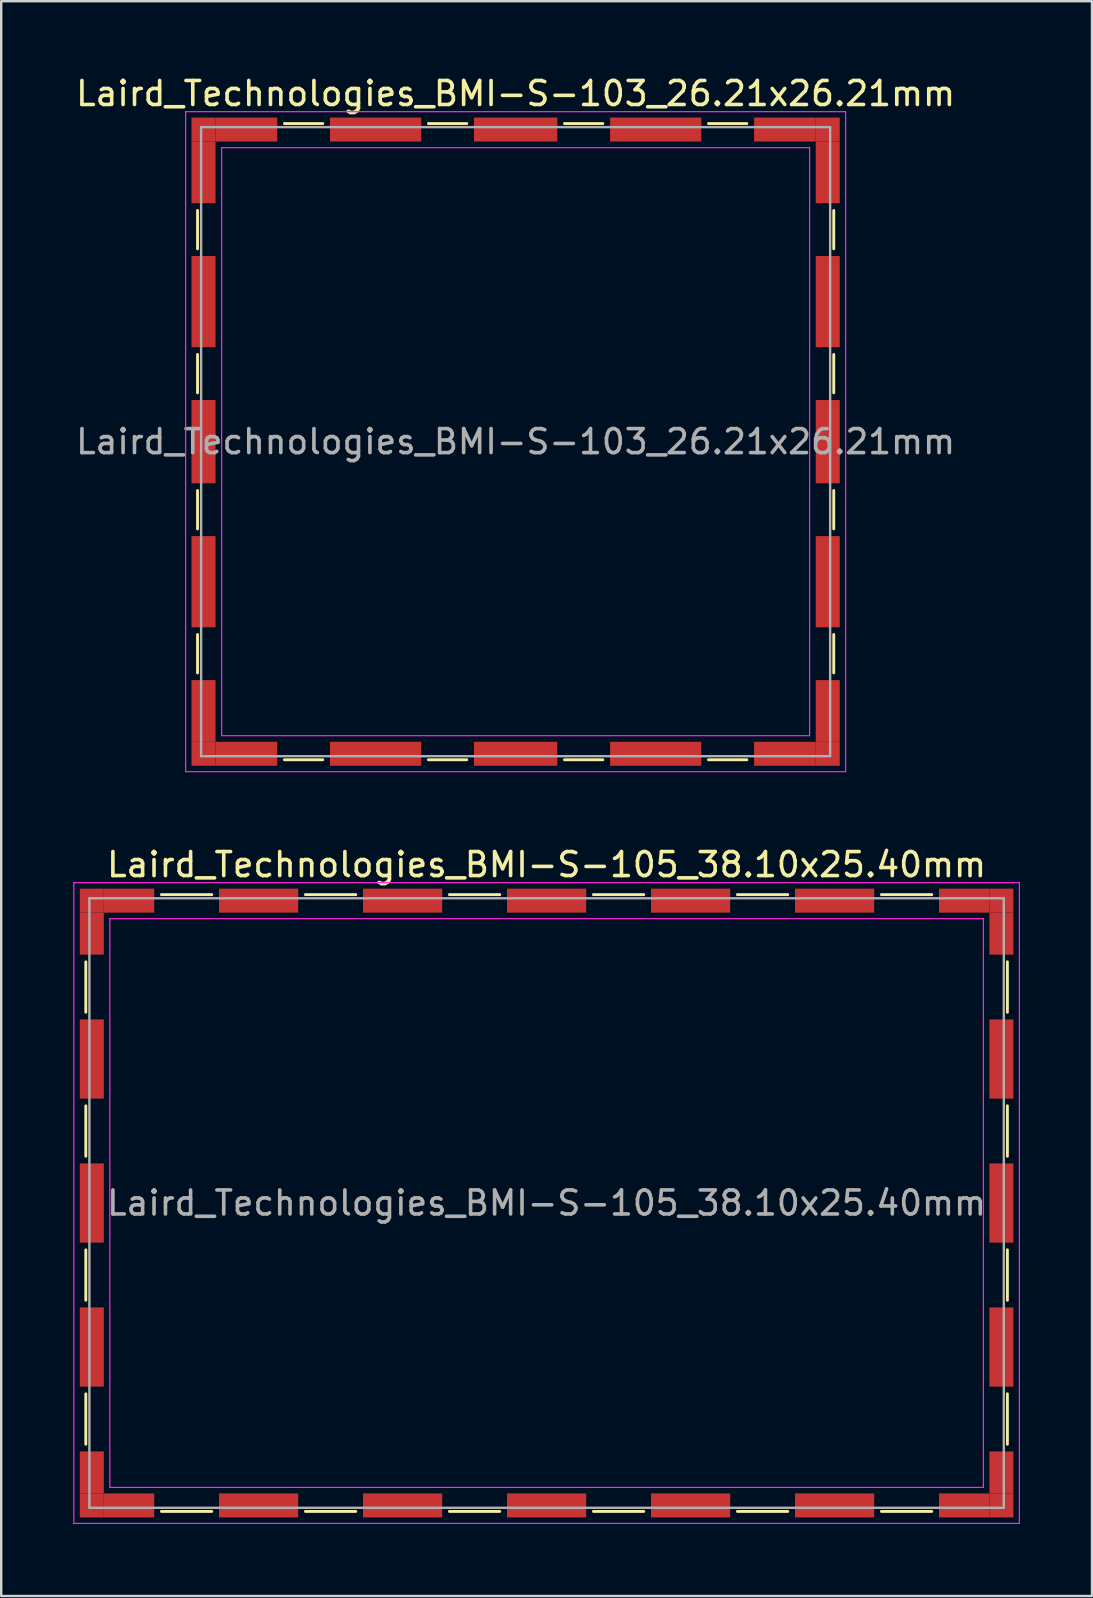
<source format=kicad_pcb>
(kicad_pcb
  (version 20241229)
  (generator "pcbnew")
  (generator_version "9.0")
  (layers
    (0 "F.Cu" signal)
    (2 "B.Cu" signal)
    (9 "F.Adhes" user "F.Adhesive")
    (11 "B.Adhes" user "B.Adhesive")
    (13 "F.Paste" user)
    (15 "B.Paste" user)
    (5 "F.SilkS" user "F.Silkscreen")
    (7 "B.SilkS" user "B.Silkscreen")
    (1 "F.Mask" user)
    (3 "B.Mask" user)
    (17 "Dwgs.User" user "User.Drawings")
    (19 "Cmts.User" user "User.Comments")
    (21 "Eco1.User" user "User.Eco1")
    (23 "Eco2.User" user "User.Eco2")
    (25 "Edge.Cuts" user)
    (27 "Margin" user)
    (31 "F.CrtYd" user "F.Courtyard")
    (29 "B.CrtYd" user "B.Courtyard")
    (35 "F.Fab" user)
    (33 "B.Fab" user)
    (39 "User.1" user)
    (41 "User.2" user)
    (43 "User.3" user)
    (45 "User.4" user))
  (footprint "Laird_Technologies_BMI-S-103_26.21x26.21mm"
    (layer "F.Cu")
    (at 18.435 15.353)
    (property "Reference" "Laird_Technologies_BMI-S-103_26.21x26.21mm" (at 0 -14.505 0) (layer "F.SilkS") (effects (font (size 1 1) (thickness 0.15))))
    (attr smd)
    (fp_line (start -13.255 -9.635) (end -13.255 -8.035) (stroke (width 0.12) (type solid)) (layer "F.SilkS"))
    (fp_line (start -13.255 -3.635) (end -13.255 -2.035) (stroke (width 0.12) (type solid)) (layer "F.SilkS"))
    (fp_line (start -13.255 2.035) (end -13.255 3.635) (stroke (width 0.12) (type solid)) (layer "F.SilkS"))
    (fp_line (start -13.255 8.035) (end -13.255 9.635) (stroke (width 0.12) (type solid)) (layer "F.SilkS"))
    (fp_line (start -9.635 -13.255) (end -8.035 -13.255) (stroke (width 0.12) (type solid)) (layer "F.SilkS"))
    (fp_line (start -9.635 13.255) (end -8.035 13.255) (stroke (width 0.12) (type solid)) (layer "F.SilkS"))
    (fp_line (start -3.635 -13.255) (end -2.035 -13.255) (stroke (width 0.12) (type solid)) (layer "F.SilkS"))
    (fp_line (start -3.635 13.255) (end -2.035 13.255) (stroke (width 0.12) (type solid)) (layer "F.SilkS"))
    (fp_line (start 2.035 -13.255) (end 3.635 -13.255) (stroke (width 0.12) (type solid)) (layer "F.SilkS"))
    (fp_line (start 2.035 13.255) (end 3.635 13.255) (stroke (width 0.12) (type solid)) (layer "F.SilkS"))
    (fp_line (start 8.035 -13.255) (end 9.635 -13.255) (stroke (width 0.12) (type solid)) (layer "F.SilkS"))
    (fp_line (start 8.035 13.255) (end 9.635 13.255) (stroke (width 0.12) (type solid)) (layer "F.SilkS"))
    (fp_line (start 13.255 -9.635) (end 13.255 -8.035) (stroke (width 0.12) (type solid)) (layer "F.SilkS"))
    (fp_line (start 13.255 -3.635) (end 13.255 -2.035) (stroke (width 0.12) (type solid)) (layer "F.SilkS"))
    (fp_line (start 13.255 2.035) (end 13.255 3.635) (stroke (width 0.12) (type solid)) (layer "F.SilkS"))
    (fp_line (start 13.255 8.035) (end 13.255 9.635) (stroke (width 0.12) (type solid)) (layer "F.SilkS"))
    (fp_line (start -13.75 -13.75) (end -13.75 13.75) (stroke (width 0.05) (type solid)) (layer "F.CrtYd"))
    (fp_line (start -13.75 13.75) (end 13.75 13.75) (stroke (width 0.05) (type solid)) (layer "F.CrtYd"))
    (fp_line (start -12.25 -12.25) (end -12.25 12.25) (stroke (width 0.05) (type solid)) (layer "F.CrtYd"))
    (fp_line (start 12.25 -12.25) (end -12.25 -12.25) (stroke (width 0.05) (type solid)) (layer "F.CrtYd"))
    (fp_line (start 12.25 -12.25) (end 12.25 12.25) (stroke (width 0.05) (type solid)) (layer "F.CrtYd"))
    (fp_line (start 12.25 12.25) (end -12.25 12.25) (stroke (width 0.05) (type solid)) (layer "F.CrtYd"))
    (fp_line (start 13.75 -13.75) (end -13.75 -13.75) (stroke (width 0.05) (type solid)) (layer "F.CrtYd"))
    (fp_line (start 13.75 13.75) (end 13.75 -13.75) (stroke (width 0.05) (type solid)) (layer "F.CrtYd"))
    (fp_line (start -13.105 -13.105) (end -13.105 13.105) (stroke (width 0.1) (type solid)) (layer "F.Fab"))
    (fp_line (start -13.105 13.105) (end 13.105 13.105) (stroke (width 0.1) (type solid)) (layer "F.Fab"))
    (fp_line (start 13.105 -13.105) (end -13.105 -13.105) (stroke (width 0.1) (type solid)) (layer "F.Fab"))
    (fp_line (start 13.105 13.105) (end 13.105 -13.105) (stroke (width 0.1) (type solid)) (layer "F.Fab"))
    (fp_text user "${REFERENCE}" (at 0 0 0) (layer "F.Fab") (effects (font (size 1 1) (thickness 0.15))))
    (pad "1" smd rect (at -13.005 -13.005) (size 1 1) (layers "F.Cu" "F.Mask" "F.Paste"))
    (pad "1" smd rect (at -13.005 -11.22) (size 1 2.57) (layers "F.Cu" "F.Mask" "F.Paste"))
    (pad "1" smd rect (at -13.005 -5.835) (size 1 3.8) (layers "F.Cu" "F.Mask" "F.Paste"))
    (pad "1" smd rect (at -13.005 0) (size 1 3.47) (layers "F.Cu" "F.Mask" "F.Paste"))
    (pad "1" smd rect (at -13.005 5.835) (size 1 3.8) (layers "F.Cu" "F.Mask" "F.Paste"))
    (pad "1" smd rect (at -13.005 11.22) (size 1 2.57) (layers "F.Cu" "F.Mask" "F.Paste"))
    (pad "1" smd rect (at -13.005 13.005) (size 1 1) (layers "F.Cu" "F.Mask" "F.Paste"))
    (pad "1" smd rect (at -11.22 -13.005) (size 2.57 1) (layers "F.Cu" "F.Mask" "F.Paste"))
    (pad "1" smd rect (at -11.22 13.005) (size 2.57 1) (layers "F.Cu" "F.Mask" "F.Paste"))
    (pad "1" smd rect (at -5.835 -13.005) (size 3.8 1) (layers "F.Cu" "F.Mask" "F.Paste"))
    (pad "1" smd rect (at -5.835 13.005) (size 3.8 1) (layers "F.Cu" "F.Mask" "F.Paste"))
    (pad "1" smd rect (at 0 -13.005) (size 3.47 1) (layers "F.Cu" "F.Mask" "F.Paste"))
    (pad "1" smd rect (at 0 13.005) (size 3.47 1) (layers "F.Cu" "F.Mask" "F.Paste"))
    (pad "1" smd rect (at 5.835 -13.005) (size 3.8 1) (layers "F.Cu" "F.Mask" "F.Paste"))
    (pad "1" smd rect (at 5.835 13.005) (size 3.8 1) (layers "F.Cu" "F.Mask" "F.Paste"))
    (pad "1" smd rect (at 11.22 -13.005) (size 2.57 1) (layers "F.Cu" "F.Mask" "F.Paste"))
    (pad "1" smd rect (at 11.22 13.005) (size 2.57 1) (layers "F.Cu" "F.Mask" "F.Paste"))
    (pad "1" smd rect (at 13.005 -13.005) (size 1 1) (layers "F.Cu" "F.Mask" "F.Paste"))
    (pad "1" smd rect (at 13.005 -11.22) (size 1 2.57) (layers "F.Cu" "F.Mask" "F.Paste"))
    (pad "1" smd rect (at 13.005 -5.835) (size 1 3.8) (layers "F.Cu" "F.Mask" "F.Paste"))
    (pad "1" smd rect (at 13.005 0) (size 1 3.47) (layers "F.Cu" "F.Mask" "F.Paste"))
    (pad "1" smd rect (at 13.005 5.835) (size 1 3.8) (layers "F.Cu" "F.Mask" "F.Paste"))
    (pad "1" smd rect (at 13.005 11.22) (size 1 2.57) (layers "F.Cu" "F.Mask" "F.Paste"))
    (pad "1" smd rect (at 13.005 13.005) (size 1 1) (layers "F.Cu" "F.Mask" "F.Paste")))
  (footprint "Laird_Technologies_BMI-S-105_38.10x25.40mm"
    (layer "F.Cu")
    (at 19.725 47.077)
    (property "Reference" "Laird_Technologies_BMI-S-105_38.10x25.40mm" (at 0 -14.1 0) (layer "F.SilkS") (effects (font (size 1 1) (thickness 0.15))))
    (attr smd)
    (fp_line (start -19.2 -10.05) (end -19.2 -7.95) (stroke (width 0.12) (type solid)) (layer "F.SilkS"))
    (fp_line (start -19.2 -4.05) (end -19.2 -1.95) (stroke (width 0.12) (type solid)) (layer "F.SilkS"))
    (fp_line (start -19.2 1.95) (end -19.2 4.05) (stroke (width 0.12) (type solid)) (layer "F.SilkS"))
    (fp_line (start -19.2 7.95) (end -19.2 10.05) (stroke (width 0.12) (type solid)) (layer "F.SilkS"))
    (fp_line (start -16.05 -12.85) (end -13.95 -12.85) (stroke (width 0.12) (type solid)) (layer "F.SilkS"))
    (fp_line (start -16.05 12.85) (end -13.95 12.85) (stroke (width 0.12) (type solid)) (layer "F.SilkS"))
    (fp_line (start -10.05 -12.85) (end -7.95 -12.85) (stroke (width 0.12) (type solid)) (layer "F.SilkS"))
    (fp_line (start -10.05 12.85) (end -7.95 12.85) (stroke (width 0.12) (type solid)) (layer "F.SilkS"))
    (fp_line (start -4.05 -12.85) (end -1.95 -12.85) (stroke (width 0.12) (type solid)) (layer "F.SilkS"))
    (fp_line (start -4.05 12.85) (end -1.95 12.85) (stroke (width 0.12) (type solid)) (layer "F.SilkS"))
    (fp_line (start 1.95 -12.85) (end 4.05 -12.85) (stroke (width 0.12) (type solid)) (layer "F.SilkS"))
    (fp_line (start 1.95 12.85) (end 4.05 12.85) (stroke (width 0.12) (type solid)) (layer "F.SilkS"))
    (fp_line (start 7.95 -12.85) (end 10.05 -12.85) (stroke (width 0.12) (type solid)) (layer "F.SilkS"))
    (fp_line (start 7.95 12.85) (end 10.05 12.85) (stroke (width 0.12) (type solid)) (layer "F.SilkS"))
    (fp_line (start 13.95 -12.85) (end 16.05 -12.85) (stroke (width 0.12) (type solid)) (layer "F.SilkS"))
    (fp_line (start 13.95 12.85) (end 16.05 12.85) (stroke (width 0.12) (type solid)) (layer "F.SilkS"))
    (fp_line (start 19.2 -10.05) (end 19.2 -7.95) (stroke (width 0.12) (type solid)) (layer "F.SilkS"))
    (fp_line (start 19.2 -4.05) (end 19.2 -1.95) (stroke (width 0.12) (type solid)) (layer "F.SilkS"))
    (fp_line (start 19.2 1.95) (end 19.2 4.05) (stroke (width 0.12) (type solid)) (layer "F.SilkS"))
    (fp_line (start 19.2 7.95) (end 19.2 10.05) (stroke (width 0.12) (type solid)) (layer "F.SilkS"))
    (fp_line (start -19.7 -13.35) (end -19.7 13.35) (stroke (width 0.05) (type solid)) (layer "F.CrtYd"))
    (fp_line (start -19.7 13.35) (end 19.7 13.35) (stroke (width 0.05) (type solid)) (layer "F.CrtYd"))
    (fp_line (start -18.2 -11.85) (end -18.2 11.85) (stroke (width 0.05) (type solid)) (layer "F.CrtYd"))
    (fp_line (start 18.2 -11.85) (end -18.2 -11.85) (stroke (width 0.05) (type solid)) (layer "F.CrtYd"))
    (fp_line (start 18.2 -11.85) (end 18.2 11.85) (stroke (width 0.05) (type solid)) (layer "F.CrtYd"))
    (fp_line (start 18.2 11.85) (end -18.2 11.85) (stroke (width 0.05) (type solid)) (layer "F.CrtYd"))
    (fp_line (start 19.7 -13.35) (end -19.7 -13.35) (stroke (width 0.05) (type solid)) (layer "F.CrtYd"))
    (fp_line (start 19.7 13.35) (end 19.7 -13.35) (stroke (width 0.05) (type solid)) (layer "F.CrtYd"))
    (fp_line (start -19.05 -12.7) (end -19.05 12.7) (stroke (width 0.1) (type solid)) (layer "F.Fab"))
    (fp_line (start -19.05 12.7) (end 19.05 12.7) (stroke (width 0.1) (type solid)) (layer "F.Fab"))
    (fp_line (start 19.05 -12.7) (end -19.05 -12.7) (stroke (width 0.1) (type solid)) (layer "F.Fab"))
    (fp_line (start 19.05 12.7) (end 19.05 -12.7) (stroke (width 0.1) (type solid)) (layer "F.Fab"))
    (fp_text user "${REFERENCE}" (at 0 0 0) (layer "F.Fab") (effects (font (size 1 1) (thickness 0.15))))
    (pad "1" smd rect (at -18.95 -12.6) (size 1 1) (layers "F.Cu" "F.Mask" "F.Paste"))
    (pad "1" smd rect (at -18.95 -11.225) (size 1 1.75) (layers "F.Cu" "F.Mask" "F.Paste"))
    (pad "1" smd rect (at -18.95 -6) (size 1 3.3) (layers "F.Cu" "F.Mask" "F.Paste"))
    (pad "1" smd rect (at -18.95 0) (size 1 3.3) (layers "F.Cu" "F.Mask" "F.Paste"))
    (pad "1" smd rect (at -18.95 6) (size 1 3.3) (layers "F.Cu" "F.Mask" "F.Paste"))
    (pad "1" smd rect (at -18.95 11.225) (size 1 1.75) (layers "F.Cu" "F.Mask" "F.Paste"))
    (pad "1" smd rect (at -18.95 12.6) (size 1 1) (layers "F.Cu" "F.Mask" "F.Paste"))
    (pad "1" smd rect (at -17.4 -12.6) (size 2.1 1) (layers "F.Cu" "F.Mask" "F.Paste"))
    (pad "1" smd rect (at -17.4 12.6) (size 2.1 1) (layers "F.Cu" "F.Mask" "F.Paste"))
    (pad "1" smd rect (at -12 -12.6) (size 3.3 1) (layers "F.Cu" "F.Mask" "F.Paste"))
    (pad "1" smd rect (at -12 12.6) (size 3.3 1) (layers "F.Cu" "F.Mask" "F.Paste"))
    (pad "1" smd rect (at -6 -12.6) (size 3.3 1) (layers "F.Cu" "F.Mask" "F.Paste"))
    (pad "1" smd rect (at -6 12.6) (size 3.3 1) (layers "F.Cu" "F.Mask" "F.Paste"))
    (pad "1" smd rect (at 0 -12.6) (size 3.3 1) (layers "F.Cu" "F.Mask" "F.Paste"))
    (pad "1" smd rect (at 0 12.6) (size 3.3 1) (layers "F.Cu" "F.Mask" "F.Paste"))
    (pad "1" smd rect (at 6 -12.6) (size 3.3 1) (layers "F.Cu" "F.Mask" "F.Paste"))
    (pad "1" smd rect (at 6 12.6) (size 3.3 1) (layers "F.Cu" "F.Mask" "F.Paste"))
    (pad "1" smd rect (at 12 -12.6) (size 3.3 1) (layers "F.Cu" "F.Mask" "F.Paste"))
    (pad "1" smd rect (at 12 12.6) (size 3.3 1) (layers "F.Cu" "F.Mask" "F.Paste"))
    (pad "1" smd rect (at 17.4 -12.6) (size 2.1 1) (layers "F.Cu" "F.Mask" "F.Paste"))
    (pad "1" smd rect (at 17.4 12.6) (size 2.1 1) (layers "F.Cu" "F.Mask" "F.Paste"))
    (pad "1" smd rect (at 18.95 -12.6) (size 1 1) (layers "F.Cu" "F.Mask" "F.Paste"))
    (pad "1" smd rect (at 18.95 -11.225) (size 1 1.75) (layers "F.Cu" "F.Mask" "F.Paste"))
    (pad "1" smd rect (at 18.95 -6) (size 1 3.3) (layers "F.Cu" "F.Mask" "F.Paste"))
    (pad "1" smd rect (at 18.95 0) (size 1 3.3) (layers "F.Cu" "F.Mask" "F.Paste"))
    (pad "1" smd rect (at 18.95 6) (size 1 3.3) (layers "F.Cu" "F.Mask" "F.Paste"))
    (pad "1" smd rect (at 18.95 11.225) (size 1 1.75) (layers "F.Cu" "F.Mask" "F.Paste"))
    (pad "1" smd rect (at 18.95 12.6) (size 1 1) (layers "F.Cu" "F.Mask" "F.Paste")))
  (gr_rect
    (start -3 -3)
    (end 42.45 63.452)
    (stroke (width 0.1) (type default))
    (fill no)
    (layer "Edge.Cuts")))
</source>
